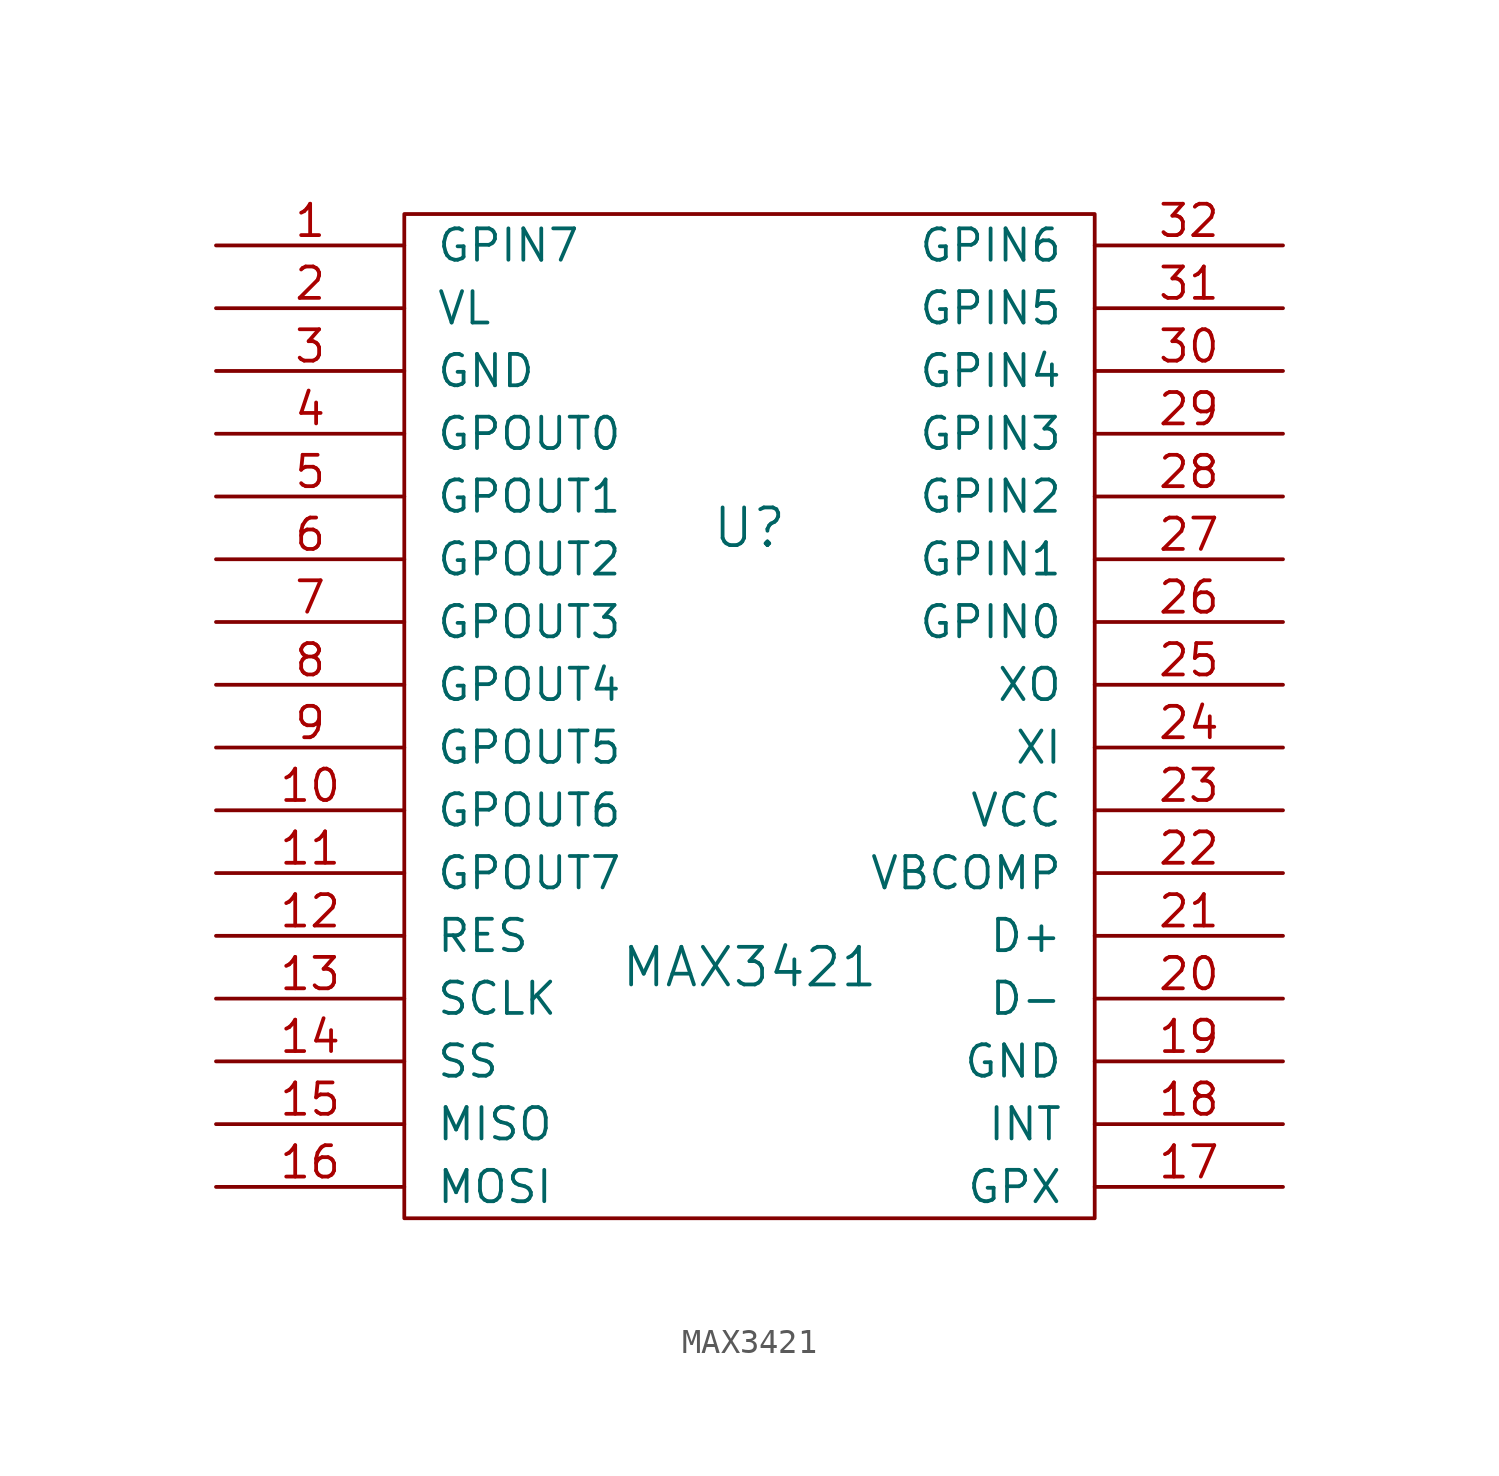
<source format=kicad_sym>
(kicad_symbol_lib
  (version 20231120)
  (generator "kicad_symbol_editor")
  (generator_version "8.0")
  (symbol "MAX3421"
    (pin_names
      (offset 1.27))
    (property "Reference" "U"
      (at 0 7.62 0)
      (effects (font (size 1.524 1.524))))
    (property "Value" "MAX3421"
      (at 0 -10.16 0)
      (effects (font (size 1.524 1.524))))
    (property "Footprint" ""
      (at 0 -10.16 0)
      (effects (font (size 1.524 1.524))))
    (property "Datasheet" ""
      (at 0 -10.16 0)
      (effects (font (size 1.524 1.524))))
    (symbol "MAX3421_0_1"
      (rectangle (start -13.97 20.32) (end 13.97 -20.32) (stroke (width 0) (type solid)) (fill (type none))))
    (symbol "MAX3421_1_1"
      (pin bidirectional line (at -21.59 19.05 0) (length 7.62) (name "GPIN7" (effects (font (size 1.27 1.27)))) (number "1" (effects (font (size 1.27 1.27)))))
      (pin output line (at -21.59 -3.81 0) (length 7.62) (name "GPOUT6" (effects (font (size 1.27 1.27)))) (number "10" (effects (font (size 1.27 1.27)))))
      (pin output line (at -21.59 -6.35 0) (length 7.62) (name "GPOUT7" (effects (font (size 1.27 1.27)))) (number "11" (effects (font (size 1.27 1.27)))))
      (pin input line (at -21.59 -8.89 0) (length 7.62) (name "RES" (effects (font (size 1.27 1.27)))) (number "12" (effects (font (size 1.27 1.27)))))
      (pin input line (at -21.59 -11.43 0) (length 7.62) (name "SCLK" (effects (font (size 1.27 1.27)))) (number "13" (effects (font (size 1.27 1.27)))))
      (pin input line (at -21.59 -13.97 0) (length 7.62) (name "SS" (effects (font (size 1.27 1.27)))) (number "14" (effects (font (size 1.27 1.27)))))
      (pin output line (at -21.59 -16.51 0) (length 7.62) (name "MISO" (effects (font (size 1.27 1.27)))) (number "15" (effects (font (size 1.27 1.27)))))
      (pin input line (at -21.59 -19.05 0) (length 7.62) (name "MOSI" (effects (font (size 1.27 1.27)))) (number "16" (effects (font (size 1.27 1.27)))))
      (pin output line (at 21.59 -19.05 180) (length 7.62) (name "GPX" (effects (font (size 1.27 1.27)))) (number "17" (effects (font (size 1.27 1.27)))))
      (pin output line (at 21.59 -16.51 180) (length 7.62) (name "INT" (effects (font (size 1.27 1.27)))) (number "18" (effects (font (size 1.27 1.27)))))
      (pin input line (at 21.59 -13.97 180) (length 7.62) (name "GND" (effects (font (size 1.27 1.27)))) (number "19" (effects (font (size 1.27 1.27)))))
      (pin power_in line (at -21.59 16.51 0) (length 7.62) (name "VL" (effects (font (size 1.27 1.27)))) (number "2" (effects (font (size 1.27 1.27)))))
      (pin bidirectional line (at 21.59 -11.43 180) (length 7.62) (name "D-" (effects (font (size 1.27 1.27)))) (number "20" (effects (font (size 1.27 1.27)))))
      (pin bidirectional line (at 21.59 -8.89 180) (length 7.62) (name "D+" (effects (font (size 1.27 1.27)))) (number "21" (effects (font (size 1.27 1.27)))))
      (pin input line (at 21.59 -6.35 180) (length 7.62) (name "VBCOMP" (effects (font (size 1.27 1.27)))) (number "22" (effects (font (size 1.27 1.27)))))
      (pin input line (at 21.59 -3.81 180) (length 7.62) (name "VCC" (effects (font (size 1.27 1.27)))) (number "23" (effects (font (size 1.27 1.27)))))
      (pin input line (at 21.59 -1.27 180) (length 7.62) (name "XI" (effects (font (size 1.27 1.27)))) (number "24" (effects (font (size 1.27 1.27)))))
      (pin output line (at 21.59 1.27 180) (length 7.62) (name "XO" (effects (font (size 1.27 1.27)))) (number "25" (effects (font (size 1.27 1.27)))))
      (pin input line (at 21.59 3.81 180) (length 7.62) (name "GPIN0" (effects (font (size 1.27 1.27)))) (number "26" (effects (font (size 1.27 1.27)))))
      (pin input line (at 21.59 6.35 180) (length 7.62) (name "GPIN1" (effects (font (size 1.27 1.27)))) (number "27" (effects (font (size 1.27 1.27)))))
      (pin input line (at 21.59 8.89 180) (length 7.62) (name "GPIN2" (effects (font (size 1.27 1.27)))) (number "28" (effects (font (size 1.27 1.27)))))
      (pin input line (at 21.59 11.43 180) (length 7.62) (name "GPIN3" (effects (font (size 1.27 1.27)))) (number "29" (effects (font (size 1.27 1.27)))))
      (pin power_in line (at -21.59 13.97 0) (length 7.62) (name "GND" (effects (font (size 1.27 1.27)))) (number "3" (effects (font (size 1.27 1.27)))))
      (pin input line (at 21.59 13.97 180) (length 7.62) (name "GPIN4" (effects (font (size 1.27 1.27)))) (number "30" (effects (font (size 1.27 1.27)))))
      (pin input line (at 21.59 16.51 180) (length 7.62) (name "GPIN5" (effects (font (size 1.27 1.27)))) (number "31" (effects (font (size 1.27 1.27)))))
      (pin input line (at 21.59 19.05 180) (length 7.62) (name "GPIN6" (effects (font (size 1.27 1.27)))) (number "32" (effects (font (size 1.27 1.27)))))
      (pin output line (at -21.59 11.43 0) (length 7.62) (name "GPOUT0" (effects (font (size 1.27 1.27)))) (number "4" (effects (font (size 1.27 1.27)))))
      (pin output line (at -21.59 8.89 0) (length 7.62) (name "GPOUT1" (effects (font (size 1.27 1.27)))) (number "5" (effects (font (size 1.27 1.27)))))
      (pin output line (at -21.59 6.35 0) (length 7.62) (name "GPOUT2" (effects (font (size 1.27 1.27)))) (number "6" (effects (font (size 1.27 1.27)))))
      (pin output line (at -21.59 3.81 0) (length 7.62) (name "GPOUT3" (effects (font (size 1.27 1.27)))) (number "7" (effects (font (size 1.27 1.27)))))
      (pin output line (at -21.59 1.27 0) (length 7.62) (name "GPOUT4" (effects (font (size 1.27 1.27)))) (number "8" (effects (font (size 1.27 1.27)))))
      (pin output line (at -21.59 -1.27 0) (length 7.62) (name "GPOUT5" (effects (font (size 1.27 1.27)))) (number "9" (effects (font (size 1.27 1.27))))))))
</source>
